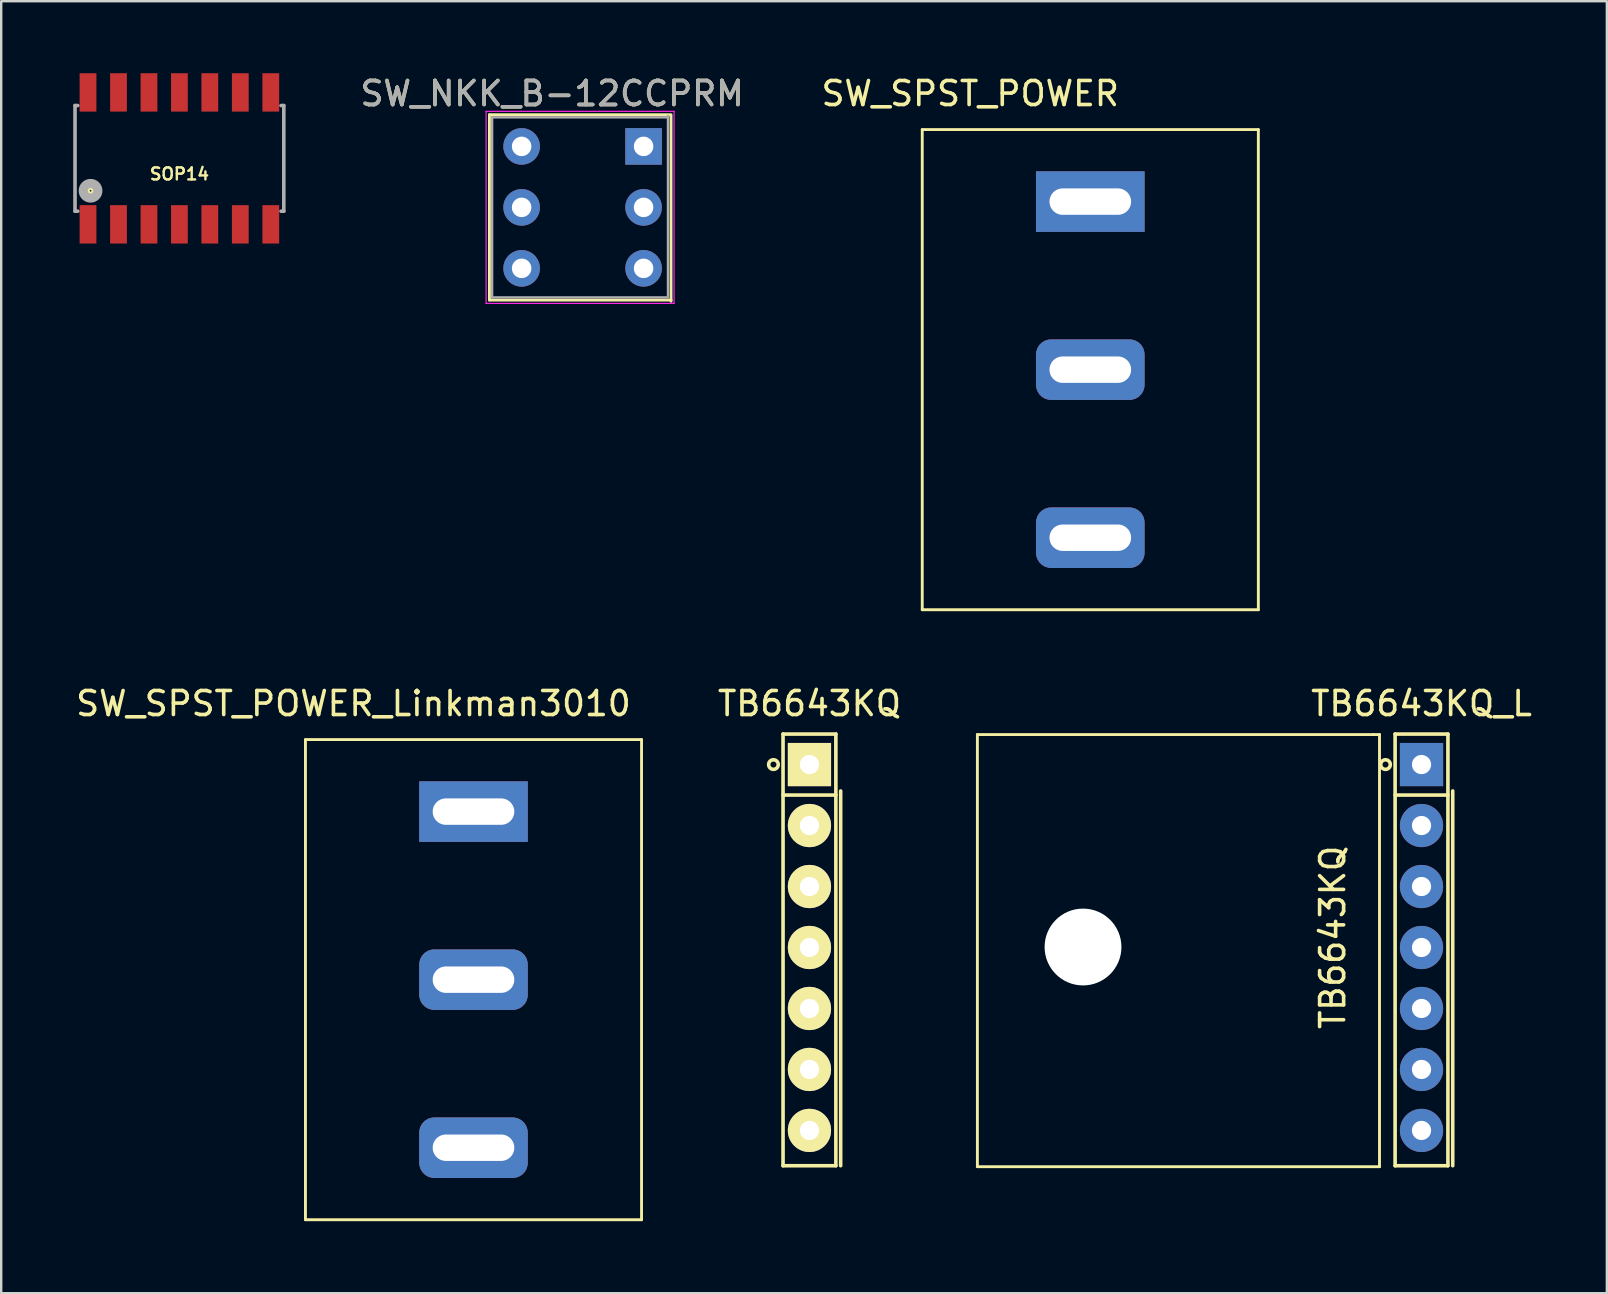
<source format=kicad_pcb>
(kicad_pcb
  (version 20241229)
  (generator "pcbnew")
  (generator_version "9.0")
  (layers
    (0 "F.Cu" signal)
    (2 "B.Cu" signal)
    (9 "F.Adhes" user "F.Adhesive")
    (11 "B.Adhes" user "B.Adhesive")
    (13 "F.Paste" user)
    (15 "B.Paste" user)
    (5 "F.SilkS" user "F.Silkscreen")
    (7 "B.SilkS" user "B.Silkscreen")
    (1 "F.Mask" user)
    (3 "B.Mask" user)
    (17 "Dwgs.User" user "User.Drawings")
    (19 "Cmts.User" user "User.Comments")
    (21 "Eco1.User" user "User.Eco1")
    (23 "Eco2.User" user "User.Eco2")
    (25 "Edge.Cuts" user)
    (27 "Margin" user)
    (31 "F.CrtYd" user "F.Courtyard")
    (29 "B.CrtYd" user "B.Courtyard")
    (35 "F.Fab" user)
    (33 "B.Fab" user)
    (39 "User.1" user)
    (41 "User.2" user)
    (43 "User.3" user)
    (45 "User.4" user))
  (footprint "TB6643KQ_L"
    (layer "F.Cu")
    (at 56.162 28.797)
    (property "Reference" "TB6643KQ_L" (at 0 -2.54 0) (layer "F.SilkS") (effects (font (size 1 1) (thickness 0.15))))
    (attr through_hole)
    (fp_line (start -18.5 -1.25) (end -18.5 16.75) (stroke (width 0.12) (type solid)) (layer "F.SilkS"))
    (fp_line (start -18.5 16.75) (end -1.75 16.75) (stroke (width 0.12) (type solid)) (layer "F.SilkS"))
    (fp_line (start -2 -1.25) (end -18.5 -1.25) (stroke (width 0.12) (type solid)) (layer "F.SilkS"))
    (fp_line (start -1.75 -1.25) (end -2 -1.25) (stroke (width 0.12) (type solid)) (layer "F.SilkS"))
    (fp_line (start -1.75 16.75) (end -1.75 -1.25) (stroke (width 0.12) (type solid)) (layer "F.SilkS"))
    (fp_line (start -1.1 -1.27) (end 1.1 -1.27) (stroke (width 0.15) (type solid)) (layer "F.SilkS"))
    (fp_line (start -1.1 1.27) (end 1.1 1.27) (stroke (width 0.15) (type solid)) (layer "F.SilkS"))
    (fp_line (start -1.1 16.71) (end -1.1 -1.27) (stroke (width 0.15) (type solid)) (layer "F.SilkS"))
    (fp_line (start 1.1 -1.27) (end 1.1 16.71) (stroke (width 0.15) (type solid)) (layer "F.SilkS"))
    (fp_line (start 1.1 16.71) (end -1.1 16.71) (stroke (width 0.15) (type solid)) (layer "F.SilkS"))
    (fp_line (start 1.3 1.1) (end 1.3 16.71) (stroke (width 0.15) (type solid)) (layer "F.SilkS"))
    (fp_circle (center -1.5 0) (end -1.5 0.2) (stroke (width 0.15) (type solid)) (fill no) (layer "F.SilkS"))
    (fp_text user "TB6643KQ" (at -3.7 7.2 90) (layer "F.SilkS") (effects (font (size 1 1) (thickness 0.15))))
    (pad "" np_thru_hole circle (at -14.1 7.6) (size 3.2 3.2) (drill 3.2) (layers "*.Cu" "*.Mask"))
    (pad "1" thru_hole rect (at 0 0) (size 1.8 1.8) (drill 0.8) (layers "*.Cu" "*.Mask"))
    (pad "2" thru_hole circle (at 0 2.54) (size 1.8 1.8) (drill 0.8) (layers "*.Cu" "*.Mask"))
    (pad "3" thru_hole circle (at 0 5.08) (size 1.8 1.8) (drill 0.8) (layers "*.Cu" "*.Mask"))
    (pad "4" thru_hole circle (at 0 7.62) (size 1.8 1.8) (drill 0.8) (layers "*.Cu" "*.Mask"))
    (pad "5" thru_hole circle (at 0 10.16) (size 1.8 1.8) (drill 0.8) (layers "*.Cu" "*.Mask"))
    (pad "6" thru_hole circle (at 0 12.7) (size 1.8 1.8) (drill 0.8) (layers "*.Cu" "*.Mask"))
    (pad "7" thru_hole circle (at 0 15.24) (size 1.8 1.8) (drill 0.8) (layers "*.Cu" "*.Mask")))
  (footprint "SW_NKK_B-12CCPRM"
    (layer "F.Cu")
    (at 18.678 3.048)
    (property "Reference" "SW_NKK_B-12CCPRM" (at 1.27 -2.2 0) (layer "F.SilkS") (effects (font (size 1 1) (thickness 0.15))))
    (attr through_hole)
    (fp_line (start -1.341 -1.321) (end 6.223 -1.321) (stroke (width 0.12) (type solid)) (layer "F.SilkS"))
    (fp_line (start -1.341 6.401) (end -1.341 -1.321) (stroke (width 0.12) (type solid)) (layer "F.SilkS"))
    (fp_line (start -1.341 6.401) (end 6.223 6.401) (stroke (width 0.12) (type solid)) (layer "F.SilkS"))
    (fp_line (start 6.223 -1.27) (end 6.223 6.452) (stroke (width 0.12) (type solid)) (layer "F.SilkS"))
    (fp_line (start -1.48 6.54) (end -1.48 -1.46) (stroke (width 0.05) (type solid)) (layer "F.CrtYd"))
    (fp_line (start -1.48 6.54) (end 6.35 6.54) (stroke (width 0.05) (type solid)) (layer "F.CrtYd"))
    (fp_line (start 6.35 -1.46) (end -1.48 -1.46) (stroke (width 0.05) (type solid)) (layer "F.CrtYd"))
    (fp_line (start 6.35 -1.46) (end 6.35 6.54) (stroke (width 0.05) (type solid)) (layer "F.CrtYd"))
    (fp_line (start -1.23 -1.21) (end 6.096 -1.21) (stroke (width 0.1) (type solid)) (layer "F.Fab"))
    (fp_line (start -1.23 6.29) (end -1.23 -1.21) (stroke (width 0.1) (type solid)) (layer "F.Fab"))
    (fp_line (start -1.23 6.29) (end 6.096 6.29) (stroke (width 0.1) (type solid)) (layer "F.Fab"))
    (fp_line (start 6.096 6.223) (end 6.096 -1.277) (stroke (width 0.1) (type solid)) (layer "F.Fab"))
    (fp_text user "${REFERENCE}" (at 1.27 -2.2 0) (layer "F.Fab") (effects (font (size 1 1) (thickness 0.15))))
    (pad "1" thru_hole rect (at 5.08 0) (size 1.524 1.524) (drill 0.813) (layers "*.Cu" "*.Mask"))
    (pad "2" thru_hole circle (at 5.08 2.54) (size 1.524 1.524) (drill 0.813) (layers "*.Cu" "*.Mask"))
    (pad "3" thru_hole circle (at 5.08 5.08) (size 1.524 1.524) (drill 0.813) (layers "*.Cu" "*.Mask"))
    (pad "4" thru_hole circle (at 0 0) (size 1.524 1.524) (drill 0.813) (layers "*.Cu" "*.Mask"))
    (pad "5" thru_hole circle (at 0 2.54) (size 1.524 1.524) (drill 0.813) (layers "*.Cu" "*.Mask"))
    (pad "6" thru_hole circle (at 0 5.08) (size 1.524 1.524) (drill 0.813) (layers "*.Cu" "*.Mask")))
  (footprint "SOP14"
    (layer "F.Cu")
    (at 4.423 3.547)
    (property "Reference" "SOP14" (at 0 0.65 0) (unlocked yes) (layer "F.SilkS") (effects (font (size 0.5 0.5) (thickness 0.1))))
    (attr through_hole)
    (fp_circle (center -3.701 1.349) (end -3.476 1.349) (stroke (width 0.381) (type solid)) (fill no) (layer "F.SilkS"))
    (fp_line (start -4.348 -2.2) (end -4.348 2.2) (stroke (width 0.15) (type solid)) (layer "F.Fab"))
    (fp_line (start -4.348 -2.2) (end -4.234 -2.2) (stroke (width 0.15) (type solid)) (layer "F.Fab"))
    (fp_line (start -4.348 2.2) (end -4.234 2.2) (stroke (width 0.15) (type solid)) (layer "F.Fab"))
    (fp_line (start 4.234 -2.2) (end 4.348 -2.2) (stroke (width 0.15) (type solid)) (layer "F.Fab"))
    (fp_line (start 4.234 2.2) (end 4.348 2.2) (stroke (width 0.15) (type solid)) (layer "F.Fab"))
    (fp_line (start 4.348 -2.2) (end 4.348 2.2) (stroke (width 0.15) (type solid)) (layer "F.Fab"))
    (fp_circle (center -3.701 1.349) (end -3.599 1.4) (stroke (width 0.381) (type solid)) (fill no) (layer "F.Fab"))
    (pad "1" smd rect (at -3.807 2.748 180) (size 0.699 1.598) (layers "F.Cu" "F.Mask" "F.Paste"))
    (pad "2" smd rect (at -2.537 2.748 180) (size 0.699 1.598) (layers "F.Cu" "F.Mask" "F.Paste"))
    (pad "3" smd rect (at -1.267 2.748 180) (size 0.699 1.598) (layers "F.Cu" "F.Mask" "F.Paste"))
    (pad "4" smd rect (at 0 2.748 180) (size 0.699 1.598) (layers "F.Cu" "F.Mask" "F.Paste"))
    (pad "5" smd rect (at 1.267 2.748 180) (size 0.699 1.598) (layers "F.Cu" "F.Mask" "F.Paste"))
    (pad "6" smd rect (at 2.537 2.748 180) (size 0.699 1.598) (layers "F.Cu" "F.Mask" "F.Paste"))
    (pad "7" smd rect (at 3.807 2.748 180) (size 0.699 1.598) (layers "F.Cu" "F.Mask" "F.Paste"))
    (pad "8" smd rect (at 3.807 -2.748) (size 0.699 1.598) (layers "F.Cu" "F.Mask" "F.Paste"))
    (pad "9" smd rect (at 2.537 -2.748) (size 0.699 1.598) (layers "F.Cu" "F.Mask" "F.Paste"))
    (pad "10" smd rect (at 1.267 -2.748) (size 0.699 1.598) (layers "F.Cu" "F.Mask" "F.Paste"))
    (pad "11" smd rect (at 0 -2.748) (size 0.699 1.598) (layers "F.Cu" "F.Mask" "F.Paste"))
    (pad "12" smd rect (at -1.267 -2.748) (size 0.699 1.598) (layers "F.Cu" "F.Mask" "F.Paste"))
    (pad "13" smd rect (at -2.537 -2.748) (size 0.699 1.598) (layers "F.Cu" "F.Mask" "F.Paste"))
    (pad "14" smd rect (at -3.807 -2.748) (size 0.699 1.598) (layers "F.Cu" "F.Mask" "F.Paste")))
  (footprint "SW_SPST_POWER_Linkman3010"
    (layer "F.Cu")
    (at 16.673 37.757)
    (property "Reference" "SW_SPST_POWER_Linkman3010" (at -5 -11.5 0) (layer "F.SilkS") (effects (font (size 1 1) (thickness 0.15))))
    (attr through_hole)
    (fp_line (start -7 -10) (end 7 -10) (stroke (width 0.12) (type solid)) (layer "F.SilkS"))
    (fp_line (start -7 10) (end -7 -10) (stroke (width 0.12) (type solid)) (layer "F.SilkS"))
    (fp_line (start 7 -10) (end 7 10) (stroke (width 0.12) (type solid)) (layer "F.SilkS"))
    (fp_line (start 7 10) (end -7 10) (stroke (width 0.12) (type solid)) (layer "F.SilkS"))
    (pad "" thru_hole roundrect (at 0 7) (size 4.524 2.524) (drill oval 3.4 1.1) (layers "*.Cu" "*.Mask") (roundrect_rratio 0.25))
    (pad "1" thru_hole rect (at 0 -7) (size 4.524 2.524) (drill oval 3.4 1.1) (layers "*.Cu" "*.Mask"))
    (pad "2" thru_hole roundrect (at 0 0) (size 4.524 2.524) (drill oval 3.4 1.1) (layers "*.Cu" "*.Mask") (roundrect_rratio 0.25)))
  (footprint "SW_SPST_POWER"
    (layer "F.Cu")
    (at 42.365 12.348)
    (property "Reference" "SW_SPST_POWER" (at -5 -11.5 0) (layer "F.SilkS") (effects (font (size 1 1) (thickness 0.15))))
    (attr through_hole)
    (fp_line (start -7 -10) (end 7 -10) (stroke (width 0.12) (type solid)) (layer "F.SilkS"))
    (fp_line (start -7 10) (end -7 -10) (stroke (width 0.12) (type solid)) (layer "F.SilkS"))
    (fp_line (start 7 -10) (end 7 10) (stroke (width 0.12) (type solid)) (layer "F.SilkS"))
    (fp_line (start 7 10) (end -7 10) (stroke (width 0.12) (type solid)) (layer "F.SilkS"))
    (pad "" thru_hole roundrect (at 0 7) (size 4.524 2.524) (drill oval 3.4 1.1) (layers "*.Cu" "*.Mask") (roundrect_rratio 0.25))
    (pad "1" thru_hole rect (at 0 -7) (size 4.524 2.524) (drill oval 3.4 1.1) (layers "*.Cu" "*.Mask"))
    (pad "2" thru_hole roundrect (at 0 0) (size 4.524 2.524) (drill oval 3.4 1.1) (layers "*.Cu" "*.Mask") (roundrect_rratio 0.25)))
  (footprint "TB6643KQ"
    (layer "F.Cu")
    (at 30.667 28.797)
    (property "Reference" "TB6643KQ" (at 0 -2.54 0) (layer "F.SilkS") (effects (font (size 1 1) (thickness 0.15))))
    (attr through_hole)
    (fp_line (start -1.1 -1.27) (end 1.1 -1.27) (stroke (width 0.15) (type solid)) (layer "F.SilkS"))
    (fp_line (start -1.1 1.27) (end 1.1 1.27) (stroke (width 0.15) (type solid)) (layer "F.SilkS"))
    (fp_line (start -1.1 16.71) (end -1.1 -1.27) (stroke (width 0.15) (type solid)) (layer "F.SilkS"))
    (fp_line (start 1.1 -1.27) (end 1.1 16.71) (stroke (width 0.15) (type solid)) (layer "F.SilkS"))
    (fp_line (start 1.1 16.71) (end -1.1 16.71) (stroke (width 0.15) (type solid)) (layer "F.SilkS"))
    (fp_line (start 1.3 1.1) (end 1.3 16.71) (stroke (width 0.15) (type solid)) (layer "F.SilkS"))
    (fp_circle (center -1.5 0) (end -1.5 0.2) (stroke (width 0.15) (type solid)) (fill no) (layer "F.SilkS"))
    (pad "1" thru_hole rect (at 0 0) (size 1.8 1.8) (drill 0.8) (layers "*.Cu" "*.Mask" "F.SilkS"))
    (pad "2" thru_hole circle (at 0 2.54) (size 1.8 1.8) (drill 0.8) (layers "*.Cu" "*.Mask" "F.SilkS"))
    (pad "3" thru_hole circle (at 0 5.08) (size 1.8 1.8) (drill 0.8) (layers "*.Cu" "*.Mask" "F.SilkS"))
    (pad "4" thru_hole circle (at 0 7.62) (size 1.8 1.8) (drill 0.8) (layers "*.Cu" "*.Mask" "F.SilkS"))
    (pad "5" thru_hole circle (at 0 10.16) (size 1.8 1.8) (drill 0.8) (layers "*.Cu" "*.Mask" "F.SilkS"))
    (pad "6" thru_hole circle (at 0 12.7) (size 1.8 1.8) (drill 0.8) (layers "*.Cu" "*.Mask" "F.SilkS"))
    (pad "7" thru_hole circle (at 0 15.24) (size 1.8 1.8) (drill 0.8) (layers "*.Cu" "*.Mask" "F.SilkS")))
  (gr_rect
    (start -3 -3)
    (end 63.882 50.816)
    (stroke (width 0.1) (type default))
    (fill no)
    (layer "Edge.Cuts")))
</source>
